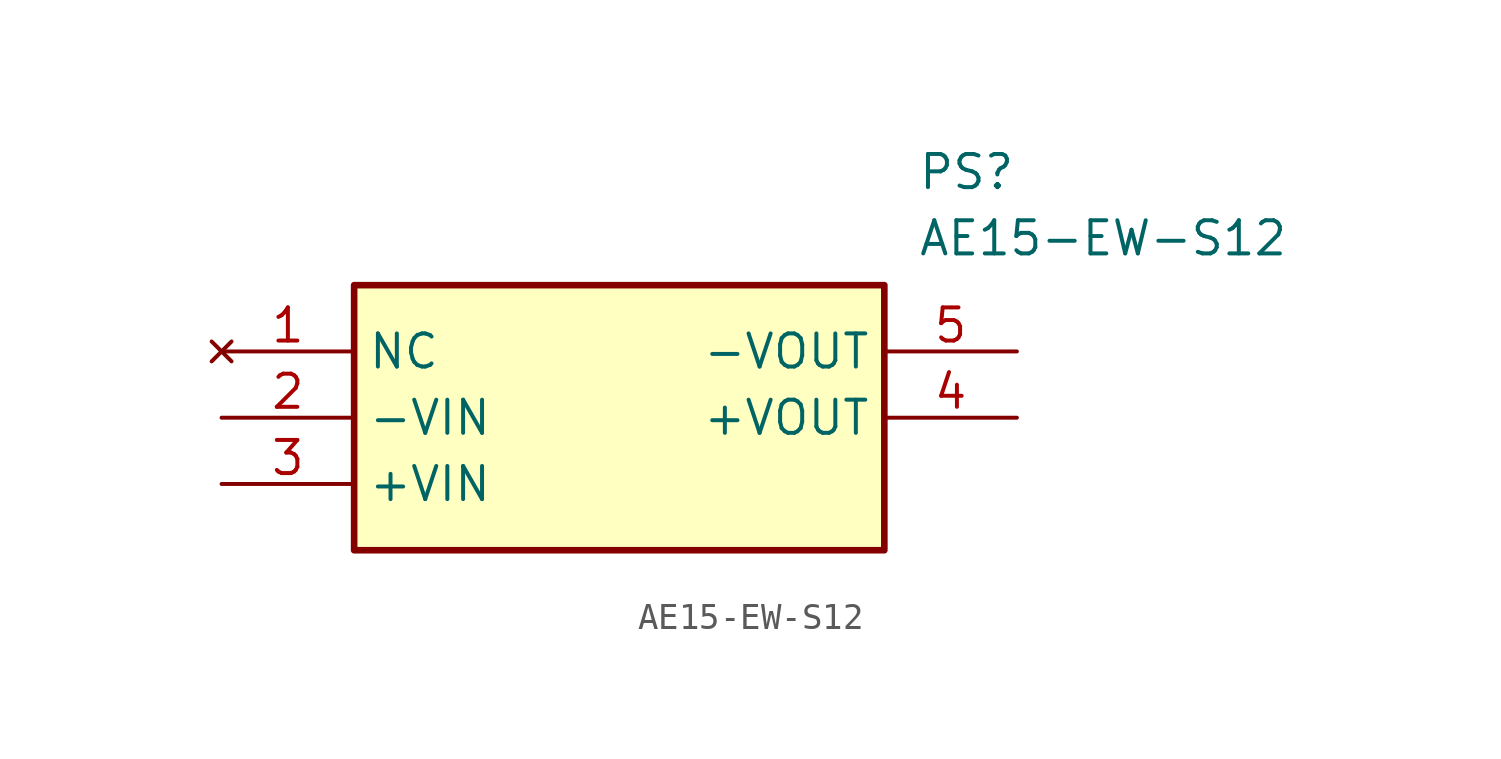
<source format=kicad_sym>
(kicad_symbol_lib
  (version 20211014)
  (generator SamacSys_ECAD_Model)
  (symbol "AE15-EW-S12"
    (property "Reference" "PS"
      (at 26.67 7.62 0)
      (effects (font (size 1.27 1.27)) (justify left top)))
    (property "Value" "AE15-EW-S12"
      (at 26.67 5.08 0)
      (effects (font (size 1.27 1.27)) (justify left top)))
    (rectangle
      (start 5.08 2.54)
      (end 25.4 -7.62)
      (stroke (width 0.254) (type default))
      (fill (type background)))
    (pin no_connect line
      (at 0 0 0)
      (length 5.08)
      (name "NC" (effects (font (size 1.27 1.27))))
      (number "1" (effects (font (size 1.27 1.27)))))
    (pin passive line
      (at 0 -2.54 0)
      (length 5.08)
      (name "-VIN" (effects (font (size 1.27 1.27))))
      (number "2" (effects (font (size 1.27 1.27)))))
    (pin passive line
      (at 0 -5.08 0)
      (length 5.08)
      (name "+VIN" (effects (font (size 1.27 1.27))))
      (number "3" (effects (font (size 1.27 1.27)))))
    (pin passive line
      (at 30.48 -2.54 180)
      (length 5.08)
      (name "+VOUT" (effects (font (size 1.27 1.27))))
      (number "4" (effects (font (size 1.27 1.27)))))
    (pin passive line
      (at 30.48 0 180)
      (length 5.08)
      (name "-VOUT" (effects (font (size 1.27 1.27))))
      (number "5" (effects (font (size 1.27 1.27)))))))
</source>
